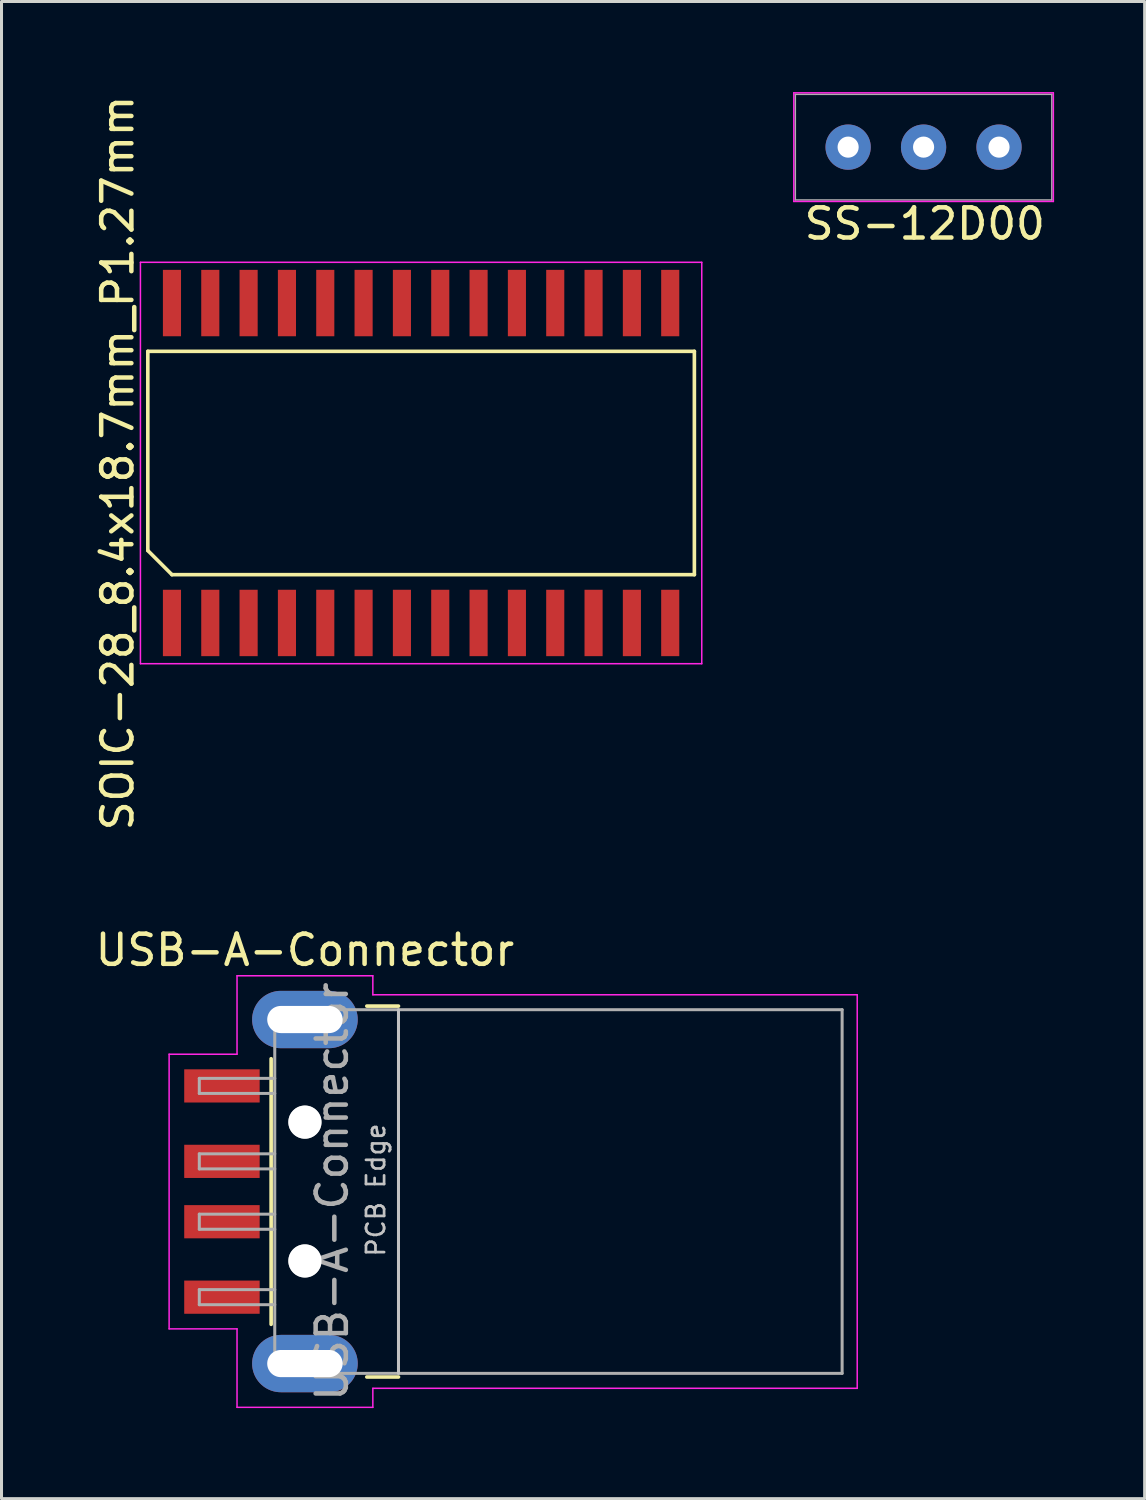
<source format=kicad_pcb>
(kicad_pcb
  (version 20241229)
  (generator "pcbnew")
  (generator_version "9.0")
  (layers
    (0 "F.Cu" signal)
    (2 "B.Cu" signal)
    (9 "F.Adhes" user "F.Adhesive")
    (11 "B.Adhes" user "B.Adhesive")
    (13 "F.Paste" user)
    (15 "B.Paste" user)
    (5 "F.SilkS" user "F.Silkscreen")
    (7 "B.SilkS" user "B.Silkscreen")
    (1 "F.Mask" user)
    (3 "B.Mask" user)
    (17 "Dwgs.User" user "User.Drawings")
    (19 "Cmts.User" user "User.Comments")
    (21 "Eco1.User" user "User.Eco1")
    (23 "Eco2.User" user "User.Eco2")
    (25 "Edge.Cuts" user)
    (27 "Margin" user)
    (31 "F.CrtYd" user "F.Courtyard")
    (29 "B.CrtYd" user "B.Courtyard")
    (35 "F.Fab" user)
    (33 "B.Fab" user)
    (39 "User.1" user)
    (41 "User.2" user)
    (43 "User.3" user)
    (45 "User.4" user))
  (footprint "USB-A-Connector"
    (layer "F.Cu")
    (at 13.954 36.432)
    (property "Reference" "USB-A-Connector" (at -6.9 -8 0) (layer "F.SilkS") (effects (font (size 1 1) (thickness 0.15))))
    (attr smd)
    (fp_line (start -8.02 -4.4) (end -8.02 4.4) (stroke (width 0.12) (type solid)) (layer "F.SilkS"))
    (fp_line (start -4.85 -6.145) (end -3.8 -6.145) (stroke (width 0.12) (type solid)) (layer "F.SilkS"))
    (fp_line (start -4.85 6.145) (end -3.8 6.145) (stroke (width 0.12) (type solid)) (layer "F.SilkS"))
    (fp_line (start -3.8 6.025) (end -3.8 -6.025) (stroke (width 0.1) (type solid)) (layer "Dwgs.User"))
    (fp_line (start -11.4 -4.55) (end -9.15 -4.55) (stroke (width 0.05) (type solid)) (layer "F.CrtYd"))
    (fp_line (start -11.4 4.55) (end -11.4 -4.55) (stroke (width 0.05) (type solid)) (layer "F.CrtYd"))
    (fp_line (start -11.4 4.55) (end -9.15 4.55) (stroke (width 0.05) (type solid)) (layer "F.CrtYd"))
    (fp_line (start -9.15 -7.15) (end -9.15 -4.55) (stroke (width 0.05) (type solid)) (layer "F.CrtYd"))
    (fp_line (start -9.15 -7.15) (end -4.65 -7.15) (stroke (width 0.05) (type solid)) (layer "F.CrtYd"))
    (fp_line (start -9.15 4.55) (end -9.15 7.15) (stroke (width 0.05) (type solid)) (layer "F.CrtYd"))
    (fp_line (start -9.15 7.15) (end -4.65 7.15) (stroke (width 0.05) (type solid)) (layer "F.CrtYd"))
    (fp_line (start -4.65 -6.52) (end -4.65 -7.15) (stroke (width 0.05) (type solid)) (layer "F.CrtYd"))
    (fp_line (start -4.65 -6.52) (end 11.4 -6.52) (stroke (width 0.05) (type solid)) (layer "F.CrtYd"))
    (fp_line (start -4.65 6.52) (end 11.4 6.52) (stroke (width 0.05) (type solid)) (layer "F.CrtYd"))
    (fp_line (start -4.65 7.15) (end -4.65 6.52) (stroke (width 0.05) (type solid)) (layer "F.CrtYd"))
    (fp_line (start 11.4 6.52) (end 11.4 -6.52) (stroke (width 0.05) (type solid)) (layer "F.CrtYd"))
    (fp_line (start -10.4 -3.75) (end -7.9 -3.75) (stroke (width 0.1) (type solid)) (layer "F.Fab"))
    (fp_line (start -10.4 -3.25) (end -10.4 -3.75) (stroke (width 0.1) (type solid)) (layer "F.Fab"))
    (fp_line (start -10.4 -3.25) (end -7.9 -3.25) (stroke (width 0.1) (type solid)) (layer "F.Fab"))
    (fp_line (start -10.4 -1.25) (end -7.9 -1.25) (stroke (width 0.1) (type solid)) (layer "F.Fab"))
    (fp_line (start -10.4 -0.75) (end -10.4 -1.25) (stroke (width 0.1) (type solid)) (layer "F.Fab"))
    (fp_line (start -10.4 -0.75) (end -7.9 -0.75) (stroke (width 0.1) (type solid)) (layer "F.Fab"))
    (fp_line (start -10.4 0.75) (end -7.9 0.75) (stroke (width 0.1) (type solid)) (layer "F.Fab"))
    (fp_line (start -10.4 1.25) (end -10.4 0.75) (stroke (width 0.1) (type solid)) (layer "F.Fab"))
    (fp_line (start -10.4 1.25) (end -7.9 1.25) (stroke (width 0.1) (type solid)) (layer "F.Fab"))
    (fp_line (start -10.4 3.25) (end -7.9 3.25) (stroke (width 0.1) (type solid)) (layer "F.Fab"))
    (fp_line (start -10.4 3.75) (end -10.4 3.25) (stroke (width 0.1) (type solid)) (layer "F.Fab"))
    (fp_line (start -10.4 3.75) (end -7.9 3.75) (stroke (width 0.1) (type solid)) (layer "F.Fab"))
    (fp_line (start -7.9 -6.025) (end 10.9 -6.025) (stroke (width 0.1) (type solid)) (layer "F.Fab"))
    (fp_line (start -7.9 6.025) (end -7.9 -6.025) (stroke (width 0.1) (type solid)) (layer "F.Fab"))
    (fp_line (start -7.9 6.025) (end 10.9 6.025) (stroke (width 0.1) (type solid)) (layer "F.Fab"))
    (fp_line (start 10.9 6.025) (end 10.9 -6.025) (stroke (width 0.1) (type solid)) (layer "F.Fab"))
    (fp_circle (center -6.9 -2.3) (end -6.9 -2.8) (stroke (width 0.1) (type solid)) (fill no) (layer "F.Fab"))
    (fp_circle (center -6.9 2.3) (end -6.9 2.8) (stroke (width 0.1) (type solid)) (fill no) (layer "F.Fab"))
    (fp_text user "PCB Edge" (at -4.55 -0.05 90) (layer "Dwgs.User") (effects (font (size 0.6 0.6) (thickness 0.09))))
    (fp_text user "${REFERENCE}" (at -6 0 90) (layer "F.Fab") (effects (font (size 1 1) (thickness 0.15))))
    (pad "" np_thru_hole circle (at -6.9 -2.3) (size 1.1 1.1) (drill 1.1) (layers "*.Cu" "*.Mask"))
    (pad "" np_thru_hole circle (at -6.9 2.3) (size 1.1 1.1) (drill 1.1) (layers "*.Cu" "*.Mask"))
    (pad "1" smd rect (at -9.65 -3.5) (size 2.5 1.1) (layers "F.Cu" "F.Mask" "F.Paste"))
    (pad "2" smd rect (at -9.65 -1) (size 2.5 1.1) (layers "F.Cu" "F.Mask" "F.Paste"))
    (pad "3" smd rect (at -9.65 1) (size 2.5 1.1) (layers "F.Cu" "F.Mask" "F.Paste"))
    (pad "4" smd rect (at -9.65 3.5) (size 2.5 1.1) (layers "F.Cu" "F.Mask" "F.Paste"))
    (pad "5" thru_hole oval (at -6.9 -5.7) (size 3.5 1.9) (drill oval 2.5 0.9) (layers "*.Cu" "*.Mask"))
    (pad "5" thru_hole oval (at -6.9 5.7) (size 3.5 1.9) (drill oval 2.5 0.9) (layers "*.Cu" "*.Mask")))
  (footprint "SOIC-28_8.4x18.7mm_P1.27mm"
    (layer "F.Cu")
    (at 10.903 12.292)
    (property "Reference" "SOIC-28_8.4x18.7mm_P1.27mm" (at -10.055 0 90) (layer "F.SilkS") (effects (font (size 1 1) (thickness 0.15))))
    (attr smd)
    (fp_line (start -9.055 -3.7) (end 9.055 -3.7) (stroke (width 0.12) (type solid)) (layer "F.SilkS"))
    (fp_line (start -9.055 2.9) (end -9.055 -3.7) (stroke (width 0.12) (type solid)) (layer "F.SilkS"))
    (fp_line (start -8.255 3.7) (end -9.055 2.9) (stroke (width 0.12) (type solid)) (layer "F.SilkS"))
    (fp_line (start 9.055 -3.7) (end 9.055 3.7) (stroke (width 0.12) (type solid)) (layer "F.SilkS"))
    (fp_line (start 9.055 3.7) (end -8.255 3.7) (stroke (width 0.12) (type solid)) (layer "F.SilkS"))
    (fp_line (start -9.3 -6.65) (end 9.3 -6.65) (stroke (width 0.05) (type solid)) (layer "F.CrtYd"))
    (fp_line (start -9.3 6.65) (end -9.3 -6.65) (stroke (width 0.05) (type solid)) (layer "F.CrtYd"))
    (fp_line (start 9.3 -6.65) (end 9.3 6.65) (stroke (width 0.05) (type solid)) (layer "F.CrtYd"))
    (fp_line (start 9.3 6.65) (end -9.3 6.65) (stroke (width 0.05) (type solid)) (layer "F.CrtYd"))
    (pad "1" smd rect (at -8.255 5.3) (size 0.6 2.2) (layers "F.Cu" "F.Mask" "F.Paste"))
    (pad "2" smd rect (at -6.985 5.3) (size 0.6 2.2) (layers "F.Cu" "F.Mask" "F.Paste"))
    (pad "3" smd rect (at -5.715 5.3) (size 0.6 2.2) (layers "F.Cu" "F.Mask" "F.Paste"))
    (pad "4" smd rect (at -4.445 5.3) (size 0.6 2.2) (layers "F.Cu" "F.Mask" "F.Paste"))
    (pad "5" smd rect (at -3.175 5.3) (size 0.6 2.2) (layers "F.Cu" "F.Mask" "F.Paste"))
    (pad "6" smd rect (at -1.905 5.3) (size 0.6 2.2) (layers "F.Cu" "F.Mask" "F.Paste"))
    (pad "7" smd rect (at -0.635 5.3) (size 0.6 2.2) (layers "F.Cu" "F.Mask" "F.Paste"))
    (pad "8" smd rect (at 0.635 5.3) (size 0.6 2.2) (layers "F.Cu" "F.Mask" "F.Paste"))
    (pad "9" smd rect (at 1.905 5.3) (size 0.6 2.2) (layers "F.Cu" "F.Mask" "F.Paste"))
    (pad "10" smd rect (at 3.175 5.3) (size 0.6 2.2) (layers "F.Cu" "F.Mask" "F.Paste"))
    (pad "11" smd rect (at 4.445 5.3) (size 0.6 2.2) (layers "F.Cu" "F.Mask" "F.Paste"))
    (pad "12" smd rect (at 5.715 5.3) (size 0.6 2.2) (layers "F.Cu" "F.Mask" "F.Paste"))
    (pad "13" smd rect (at 6.985 5.3) (size 0.6 2.2) (layers "F.Cu" "F.Mask" "F.Paste"))
    (pad "14" smd rect (at 8.255 5.3) (size 0.6 2.2) (layers "F.Cu" "F.Mask" "F.Paste"))
    (pad "15" smd rect (at 8.255 -5.3) (size 0.6 2.2) (layers "F.Cu" "F.Mask" "F.Paste"))
    (pad "16" smd rect (at 6.985 -5.3) (size 0.6 2.2) (layers "F.Cu" "F.Mask" "F.Paste"))
    (pad "17" smd rect (at 5.715 -5.3) (size 0.6 2.2) (layers "F.Cu" "F.Mask" "F.Paste"))
    (pad "18" smd rect (at 4.445 -5.3) (size 0.6 2.2) (layers "F.Cu" "F.Mask" "F.Paste"))
    (pad "19" smd rect (at 3.175 -5.3) (size 0.6 2.2) (layers "F.Cu" "F.Mask" "F.Paste"))
    (pad "20" smd rect (at 1.905 -5.3) (size 0.6 2.2) (layers "F.Cu" "F.Mask" "F.Paste"))
    (pad "21" smd rect (at 0.635 -5.3) (size 0.6 2.2) (layers "F.Cu" "F.Mask" "F.Paste"))
    (pad "22" smd rect (at -0.635 -5.3) (size 0.6 2.2) (layers "F.Cu" "F.Mask" "F.Paste"))
    (pad "23" smd rect (at -1.905 -5.3) (size 0.6 2.2) (layers "F.Cu" "F.Mask" "F.Paste"))
    (pad "24" smd rect (at -3.175 -5.3) (size 0.6 2.2) (layers "F.Cu" "F.Mask" "F.Paste"))
    (pad "25" smd rect (at -4.445 -5.3) (size 0.6 2.2) (layers "F.Cu" "F.Mask" "F.Paste"))
    (pad "26" smd rect (at -5.715 -5.3) (size 0.6 2.2) (layers "F.Cu" "F.Mask" "F.Paste"))
    (pad "27" smd rect (at -6.985 -5.3) (size 0.6 2.2) (layers "F.Cu" "F.Mask" "F.Paste"))
    (pad "28" smd rect (at -8.255 -5.3) (size 0.6 2.2) (layers "F.Cu" "F.Mask" "F.Paste")))
  (footprint "SS-12D00"
    (layer "F.Cu")
    (at 25.053 1.825)
    (property "Reference" "SS-12D00" (at 2.54 2.54 0) (layer "F.SilkS") (effects (font (size 1 1) (thickness 0.15))))
    (attr through_hole)
    (fp_line (start -1.8 -1.8) (end 6.8 -1.8) (stroke (width 0.05) (type solid)) (layer "F.CrtYd"))
    (fp_line (start -1.8 1.8) (end -1.8 -1.8) (stroke (width 0.05) (type solid)) (layer "F.CrtYd"))
    (fp_line (start 6.8 -1.8) (end 6.8 1.8) (stroke (width 0.05) (type solid)) (layer "F.CrtYd"))
    (fp_line (start 6.8 1.8) (end -1.8 1.8) (stroke (width 0.05) (type solid)) (layer "F.CrtYd"))
    (fp_line (start -1.75 -1.75) (end 6.75 -1.75) (stroke (width 0.05) (type solid)) (layer "F.Fab"))
    (fp_line (start -1.75 1.75) (end -1.75 -1.75) (stroke (width 0.05) (type solid)) (layer "F.Fab"))
    (fp_line (start 6.75 -1.75) (end 6.75 1.75) (stroke (width 0.05) (type solid)) (layer "F.Fab"))
    (fp_line (start 6.75 1.75) (end -1.75 1.75) (stroke (width 0.05) (type solid)) (layer "F.Fab"))
    (pad "1" thru_hole circle (at 0 0) (size 1.5 1.5) (drill 0.7) (layers "*.Cu" "*.Mask"))
    (pad "2" thru_hole circle (at 2.5 0) (size 1.5 1.5) (drill 0.7) (layers "*.Cu" "*.Mask"))
    (pad "3" thru_hole circle (at 5 0) (size 1.5 1.5) (drill 0.7) (layers "*.Cu" "*.Mask")))
  (gr_rect
    (start -3 -3)
    (end 34.878 46.607)
    (stroke (width 0.1) (type default))
    (fill no)
    (layer "Edge.Cuts")))
</source>
